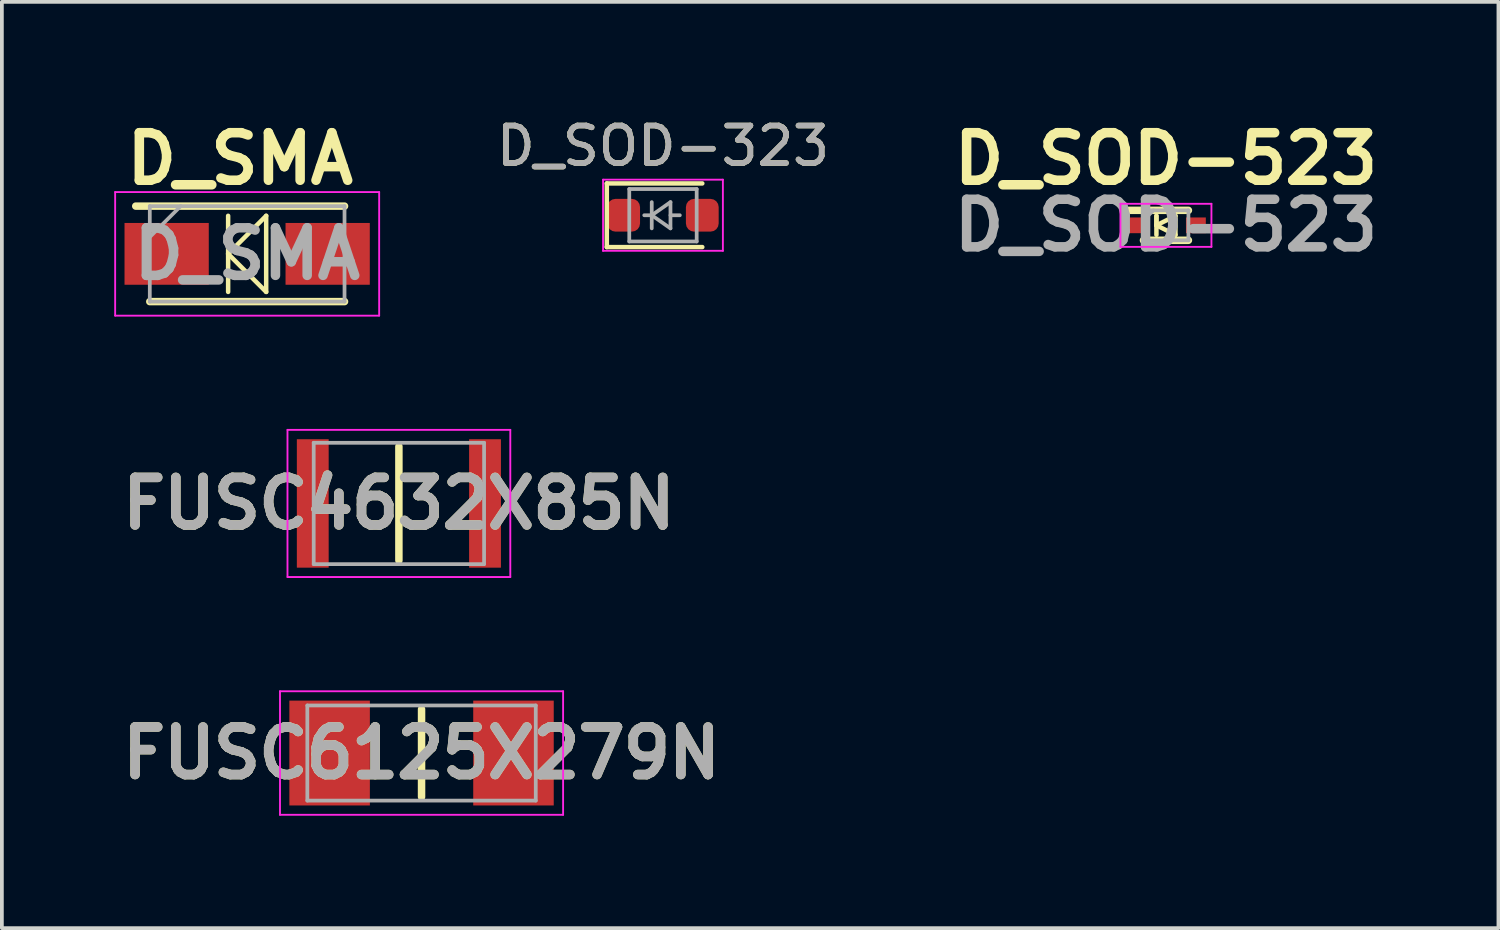
<source format=kicad_pcb>
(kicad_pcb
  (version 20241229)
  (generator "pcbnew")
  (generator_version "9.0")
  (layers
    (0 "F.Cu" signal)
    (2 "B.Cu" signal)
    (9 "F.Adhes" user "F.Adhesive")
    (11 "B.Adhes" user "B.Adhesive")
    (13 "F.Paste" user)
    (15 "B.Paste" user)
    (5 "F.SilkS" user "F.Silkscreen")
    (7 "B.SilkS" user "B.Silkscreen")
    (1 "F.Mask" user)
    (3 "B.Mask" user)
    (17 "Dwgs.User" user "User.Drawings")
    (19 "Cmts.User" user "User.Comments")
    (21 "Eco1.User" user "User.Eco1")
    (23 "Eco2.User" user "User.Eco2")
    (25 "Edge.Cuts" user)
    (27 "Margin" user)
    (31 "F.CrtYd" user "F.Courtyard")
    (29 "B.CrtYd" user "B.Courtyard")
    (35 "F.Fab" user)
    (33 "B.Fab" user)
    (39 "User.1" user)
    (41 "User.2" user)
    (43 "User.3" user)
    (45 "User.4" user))
  (footprint "D_SOD-523"
    (layer "F.Cu")
    (at 28.085 2.967)
    (property "Reference" "D_SOD-523" (at 0 -1.778 0) (layer "F.SilkS") (effects (font (size 1.27 1.27) (thickness 0.254))))
    (attr smd)
    (fp_line (start -1.065 -0.4) (end 0.6 -0.4) (stroke (width 0.2) (type solid)) (layer "F.SilkS"))
    (fp_line (start -0.6 0.4) (end 0.6 0.4) (stroke (width 0.2) (type solid)) (layer "F.SilkS"))
    (fp_line (start -0.254 -0.254) (end -0.254 0.254) (stroke (width 0.12) (type solid)) (layer "F.SilkS"))
    (fp_line (start -0.254 0) (end -0.254 -0.254) (stroke (width 0.12) (type solid)) (layer "F.SilkS"))
    (fp_line (start 0.254 -0.254) (end -0.254 0) (stroke (width 0.12) (type solid)) (layer "F.SilkS"))
    (fp_line (start 0.254 -0.254) (end 0.254 0.254) (stroke (width 0.12) (type solid)) (layer "F.SilkS"))
    (fp_line (start 0.254 0.254) (end -0.254 0) (stroke (width 0.12) (type solid)) (layer "F.SilkS"))
    (fp_line (start -1.215 -0.575) (end 1.215 -0.575) (stroke (width 0.05) (type solid)) (layer "F.CrtYd"))
    (fp_line (start -1.215 0.575) (end -1.215 -0.575) (stroke (width 0.05) (type solid)) (layer "F.CrtYd"))
    (fp_line (start 1.215 -0.575) (end 1.215 0.575) (stroke (width 0.05) (type solid)) (layer "F.CrtYd"))
    (fp_line (start 1.215 0.575) (end -1.215 0.575) (stroke (width 0.05) (type solid)) (layer "F.CrtYd"))
    (fp_line (start -0.6 -0.4) (end 0.6 -0.4) (stroke (width 0.1) (type solid)) (layer "F.Fab"))
    (fp_line (start -0.6 -0.135) (end -0.335 -0.4) (stroke (width 0.1) (type solid)) (layer "F.Fab"))
    (fp_line (start -0.6 0.4) (end -0.6 -0.4) (stroke (width 0.1) (type solid)) (layer "F.Fab"))
    (fp_line (start 0.6 -0.4) (end 0.6 0.4) (stroke (width 0.1) (type solid)) (layer "F.Fab"))
    (fp_line (start 0.6 0.4) (end -0.6 0.4) (stroke (width 0.1) (type solid)) (layer "F.Fab"))
    (fp_text user "${REFERENCE}" (at 0 0 0) (layer "F.Fab") (effects (font (size 1.27 1.27) (thickness 0.254))))
    (pad "1" smd rect (at -0.8 0 90) (size 0.42 0.53) (layers "F.Cu" "F.Mask" "F.Paste"))
    (pad "2" smd rect (at 0.8 0 90) (size 0.42 0.53) (layers "F.Cu" "F.Mask" "F.Paste")))
  (footprint "FUSC4632X85N"
    (layer "F.Cu")
    (at 7.602 10.394)
    (property "Reference" "FUSC4632X85N" (at 0 0 0) (layer "F.SilkS") (effects (font (size 1.27 1.27) (thickness 0.254))))
    (attr smd)
    (fp_line (start 0 -1.52) (end 0 1.52) (stroke (width 0.2) (type solid)) (layer "F.SilkS"))
    (fp_line (start -2.975 -1.965) (end 2.975 -1.965) (stroke (width 0.05) (type solid)) (layer "F.CrtYd"))
    (fp_line (start -2.975 1.965) (end -2.975 -1.965) (stroke (width 0.05) (type solid)) (layer "F.CrtYd"))
    (fp_line (start 2.975 -1.965) (end 2.975 1.965) (stroke (width 0.05) (type solid)) (layer "F.CrtYd"))
    (fp_line (start 2.975 1.965) (end -2.975 1.965) (stroke (width 0.05) (type solid)) (layer "F.CrtYd"))
    (fp_line (start -2.275 -1.62) (end 2.275 -1.62) (stroke (width 0.1) (type solid)) (layer "F.Fab"))
    (fp_line (start -2.275 1.62) (end -2.275 -1.62) (stroke (width 0.1) (type solid)) (layer "F.Fab"))
    (fp_line (start 2.275 -1.62) (end 2.275 1.62) (stroke (width 0.1) (type solid)) (layer "F.Fab"))
    (fp_line (start 2.275 1.62) (end -2.275 1.62) (stroke (width 0.1) (type solid)) (layer "F.Fab"))
    (fp_text user "${REFERENCE}" (at 0 0 0) (layer "F.Fab") (effects (font (size 1.27 1.27) (thickness 0.254))))
    (pad "1" smd rect (at -2.3 0) (size 0.85 3.43) (layers "F.Cu" "F.Mask" "F.Paste"))
    (pad "2" smd rect (at 2.3 0) (size 0.85 3.43) (layers "F.Cu" "F.Mask" "F.Paste")))
  (footprint "D_SOD-323"
    (layer "F.Cu")
    (at 14.654 2.698)
    (property "Reference" "D_SOD-323" (at 0 -1.85 0) (layer "F.SilkS") (effects (font (size 1 1) (thickness 0.15))))
    (attr smd)
    (fp_line (start -1.5 -0.85) (end -1.5 0.85) (stroke (width 0.12) (type solid)) (layer "F.SilkS"))
    (fp_line (start -1.5 -0.85) (end 1.05 -0.85) (stroke (width 0.12) (type solid)) (layer "F.SilkS"))
    (fp_line (start -1.5 0.85) (end 1.05 0.85) (stroke (width 0.12) (type solid)) (layer "F.SilkS"))
    (fp_line (start -1.6 -0.95) (end -1.6 0.95) (stroke (width 0.05) (type solid)) (layer "F.CrtYd"))
    (fp_line (start -1.6 -0.95) (end 1.6 -0.95) (stroke (width 0.05) (type solid)) (layer "F.CrtYd"))
    (fp_line (start -1.6 0.95) (end 1.6 0.95) (stroke (width 0.05) (type solid)) (layer "F.CrtYd"))
    (fp_line (start 1.6 -0.95) (end 1.6 0.95) (stroke (width 0.05) (type solid)) (layer "F.CrtYd"))
    (fp_line (start -0.9 -0.7) (end 0.9 -0.7) (stroke (width 0.1) (type solid)) (layer "F.Fab"))
    (fp_line (start -0.9 0.7) (end -0.9 -0.7) (stroke (width 0.1) (type solid)) (layer "F.Fab"))
    (fp_line (start -0.3 -0.35) (end -0.3 0.35) (stroke (width 0.1) (type solid)) (layer "F.Fab"))
    (fp_line (start -0.3 0) (end -0.5 0) (stroke (width 0.1) (type solid)) (layer "F.Fab"))
    (fp_line (start -0.3 0) (end 0.2 -0.35) (stroke (width 0.1) (type solid)) (layer "F.Fab"))
    (fp_line (start 0.2 -0.35) (end 0.2 0.35) (stroke (width 0.1) (type solid)) (layer "F.Fab"))
    (fp_line (start 0.2 0) (end 0.45 0) (stroke (width 0.1) (type solid)) (layer "F.Fab"))
    (fp_line (start 0.2 0.35) (end -0.3 0) (stroke (width 0.1) (type solid)) (layer "F.Fab"))
    (fp_line (start 0.9 -0.7) (end 0.9 0.7) (stroke (width 0.1) (type solid)) (layer "F.Fab"))
    (fp_line (start 0.9 0.7) (end -0.9 0.7) (stroke (width 0.1) (type solid)) (layer "F.Fab"))
    (fp_text user "${REFERENCE}" (at 0 -1.85 0) (layer "F.Fab") (effects (font (size 1 1) (thickness 0.15))))
    (pad "1" smd roundrect (at -1.05 0) (size 0.875 0.875) (layers "F.Cu" "F.Mask" "F.Paste") (roundrect_rratio 0.25))
    (pad "2" smd roundrect (at 1.05 0) (size 0.875 0.875) (layers "F.Cu" "F.Mask" "F.Paste") (roundrect_rratio 0.25)))
  (footprint "D_SMA"
    (layer "F.Cu")
    (at 3.55 3.729)
    (property "Reference" "D_SMA" (at -0.188 -2.54 0) (layer "F.SilkS") (effects (font (size 1.27 1.27) (thickness 0.254))))
    (attr smd)
    (fp_line (start -2.6 1.275) (end 2.6 1.275) (stroke (width 0.2) (type solid)) (layer "F.SilkS"))
    (fp_line (start -0.508 -1.016) (end -0.508 1.016) (stroke (width 0.12) (type solid)) (layer "F.SilkS"))
    (fp_line (start -0.508 0) (end 0.508 1.016) (stroke (width 0.12) (type solid)) (layer "F.SilkS"))
    (fp_line (start 0.508 -1.016) (end -0.508 0) (stroke (width 0.12) (type solid)) (layer "F.SilkS"))
    (fp_line (start 0.508 1.016) (end 0.508 -1.016) (stroke (width 0.12) (type solid)) (layer "F.SilkS"))
    (fp_line (start 2.6 -1.275) (end -2.975 -1.275) (stroke (width 0.2) (type solid)) (layer "F.SilkS"))
    (fp_line (start -3.525 -1.65) (end 3.525 -1.65) (stroke (width 0.05) (type solid)) (layer "F.CrtYd"))
    (fp_line (start -3.525 1.65) (end -3.525 -1.65) (stroke (width 0.05) (type solid)) (layer "F.CrtYd"))
    (fp_line (start 3.525 -1.65) (end 3.525 1.65) (stroke (width 0.05) (type solid)) (layer "F.CrtYd"))
    (fp_line (start 3.525 1.65) (end -3.525 1.65) (stroke (width 0.05) (type solid)) (layer "F.CrtYd"))
    (fp_line (start -2.6 -1.275) (end 2.6 -1.275) (stroke (width 0.1) (type solid)) (layer "F.Fab"))
    (fp_line (start -2.6 -0.45) (end -1.775 -1.275) (stroke (width 0.1) (type solid)) (layer "F.Fab"))
    (fp_line (start -2.6 1.275) (end -2.6 -1.275) (stroke (width 0.1) (type solid)) (layer "F.Fab"))
    (fp_line (start 2.6 -1.275) (end 2.6 1.275) (stroke (width 0.1) (type solid)) (layer "F.Fab"))
    (fp_line (start 2.6 1.275) (end -2.6 1.275) (stroke (width 0.1) (type solid)) (layer "F.Fab"))
    (fp_text user "${REFERENCE}" (at 0 0 0) (layer "F.Fab") (effects (font (size 1.27 1.27) (thickness 0.254))))
    (pad "1" smd rect (at -2.15 0 90) (size 1.65 2.25) (layers "F.Cu" "F.Mask" "F.Paste"))
    (pad "2" smd rect (at 2.15 0 90) (size 1.65 2.25) (layers "F.Cu" "F.Mask" "F.Paste")))
  (footprint "FUSC6125X279N"
    (layer "F.Cu")
    (at 8.207 17.059)
    (property "Reference" "FUSC6125X279N" (at 0 0 0) (layer "F.SilkS") (effects (font (size 1.27 1.27) (thickness 0.254))))
    (attr smd)
    (fp_line (start 0 -1.17) (end 0 1.17) (stroke (width 0.2) (type solid)) (layer "F.SilkS"))
    (fp_line (start -3.78 -1.65) (end 3.78 -1.65) (stroke (width 0.05) (type solid)) (layer "F.CrtYd"))
    (fp_line (start -3.78 1.65) (end -3.78 -1.65) (stroke (width 0.05) (type solid)) (layer "F.CrtYd"))
    (fp_line (start 3.78 -1.65) (end 3.78 1.65) (stroke (width 0.05) (type solid)) (layer "F.CrtYd"))
    (fp_line (start 3.78 1.65) (end -3.78 1.65) (stroke (width 0.05) (type solid)) (layer "F.CrtYd"))
    (fp_line (start -3.05 -1.27) (end 3.05 -1.27) (stroke (width 0.1) (type solid)) (layer "F.Fab"))
    (fp_line (start -3.05 1.27) (end -3.05 -1.27) (stroke (width 0.1) (type solid)) (layer "F.Fab"))
    (fp_line (start 3.05 -1.27) (end 3.05 1.27) (stroke (width 0.1) (type solid)) (layer "F.Fab"))
    (fp_line (start 3.05 1.27) (end -3.05 1.27) (stroke (width 0.1) (type solid)) (layer "F.Fab"))
    (fp_text user "${REFERENCE}" (at 0 0 0) (layer "F.Fab") (effects (font (size 1.27 1.27) (thickness 0.254))))
    (pad "1" smd rect (at -2.455 0) (size 2.15 2.8) (layers "F.Cu" "F.Mask" "F.Paste"))
    (pad "2" smd rect (at 2.455 0) (size 2.15 2.8) (layers "F.Cu" "F.Mask" "F.Paste")))
  (gr_rect
    (start -3 -3)
    (end 36.964 21.734)
    (stroke (width 0.1) (type default))
    (fill no)
    (layer "Edge.Cuts")))
</source>
